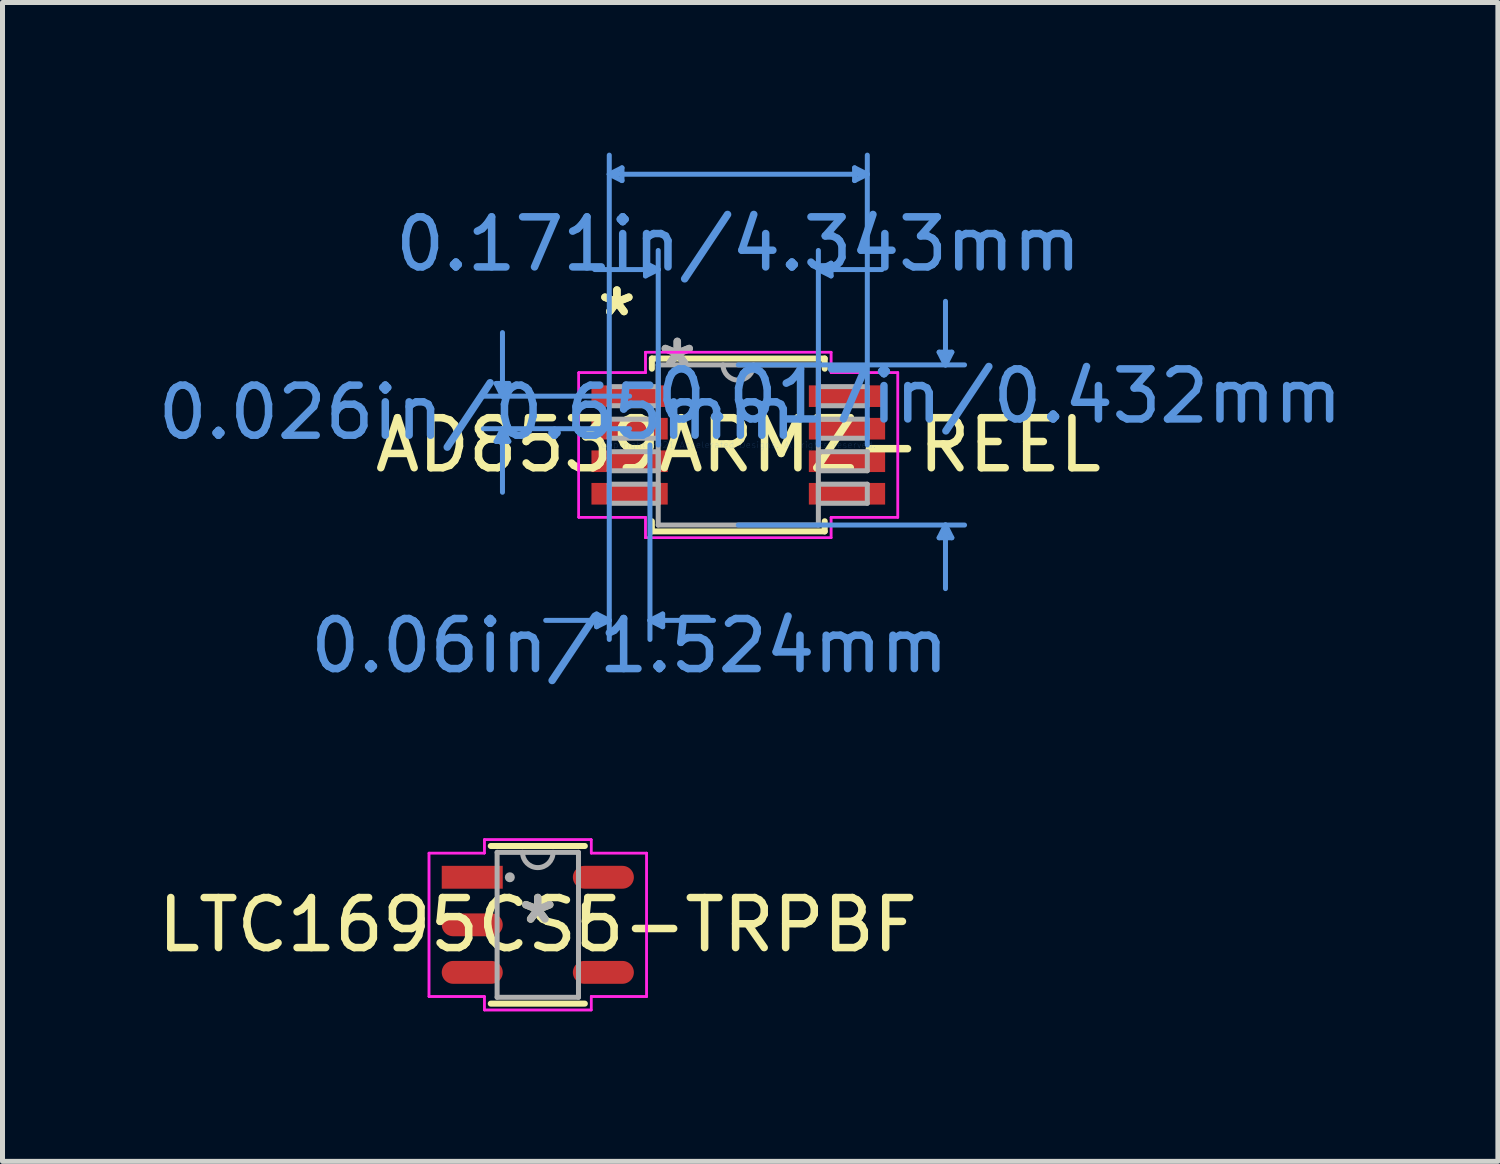
<source format=kicad_pcb>
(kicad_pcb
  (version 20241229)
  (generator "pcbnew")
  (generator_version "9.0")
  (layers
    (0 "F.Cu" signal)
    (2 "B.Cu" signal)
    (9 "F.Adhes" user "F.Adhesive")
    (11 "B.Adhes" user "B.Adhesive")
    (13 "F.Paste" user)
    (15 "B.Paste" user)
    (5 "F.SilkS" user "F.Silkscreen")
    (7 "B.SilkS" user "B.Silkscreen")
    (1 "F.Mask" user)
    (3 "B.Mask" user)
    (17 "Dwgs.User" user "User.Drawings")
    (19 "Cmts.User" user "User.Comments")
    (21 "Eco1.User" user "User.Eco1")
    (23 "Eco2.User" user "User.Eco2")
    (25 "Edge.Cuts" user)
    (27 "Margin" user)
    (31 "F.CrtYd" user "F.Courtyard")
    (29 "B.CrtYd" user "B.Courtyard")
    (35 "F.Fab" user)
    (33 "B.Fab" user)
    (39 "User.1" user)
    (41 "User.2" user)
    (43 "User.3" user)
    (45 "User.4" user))
  (footprint "LTC1695CS5-TRPBF"
    (layer "F.Cu")
    (at 7.696 15.429)
    (property "Reference" "LTC1695CS5-TRPBF" (at 0 0 0) (layer "F.SilkS") (effects (font (size 1 1) (thickness 0.15))))
    (attr through_hole)
    (fp_line (start -0.94 1.575) (end 0.94 1.575) (stroke (width 0.12) (type solid)) (layer "F.SilkS"))
    (fp_line (start 0.94 -1.575) (end -0.94 -1.575) (stroke (width 0.12) (type solid)) (layer "F.SilkS"))
    (fp_line (start 0.94 0.389) (end 0.94 -0.389) (stroke (width 0.12) (type solid)) (layer "F.SilkS"))
    (fp_line (start -2.174 -1.433) (end -1.067 -1.433) (stroke (width 0.05) (type solid)) (layer "F.CrtYd"))
    (fp_line (start -2.174 -1.433) (end -1.067 -1.433) (stroke (width 0.05) (type solid)) (layer "F.CrtYd"))
    (fp_line (start -2.174 1.433) (end -2.174 -1.433) (stroke (width 0.05) (type solid)) (layer "F.CrtYd"))
    (fp_line (start -2.174 1.433) (end -2.174 -1.433) (stroke (width 0.05) (type solid)) (layer "F.CrtYd"))
    (fp_line (start -2.174 1.433) (end -1.067 1.433) (stroke (width 0.05) (type solid)) (layer "F.CrtYd"))
    (fp_line (start -1.067 -1.702) (end 1.067 -1.702) (stroke (width 0.05) (type solid)) (layer "F.CrtYd"))
    (fp_line (start -1.067 -1.702) (end 1.067 -1.702) (stroke (width 0.05) (type solid)) (layer "F.CrtYd"))
    (fp_line (start -1.067 -1.433) (end -1.067 -1.702) (stroke (width 0.05) (type solid)) (layer "F.CrtYd"))
    (fp_line (start -1.067 -1.433) (end -1.067 -1.702) (stroke (width 0.05) (type solid)) (layer "F.CrtYd"))
    (fp_line (start -1.067 1.433) (end -2.174 1.433) (stroke (width 0.05) (type solid)) (layer "F.CrtYd"))
    (fp_line (start -1.067 1.702) (end -1.067 1.433) (stroke (width 0.05) (type solid)) (layer "F.CrtYd"))
    (fp_line (start -1.067 1.702) (end -1.067 1.433) (stroke (width 0.05) (type solid)) (layer "F.CrtYd"))
    (fp_line (start 1.067 -1.702) (end 1.067 -1.433) (stroke (width 0.05) (type solid)) (layer "F.CrtYd"))
    (fp_line (start 1.067 -1.702) (end 1.067 -1.433) (stroke (width 0.05) (type solid)) (layer "F.CrtYd"))
    (fp_line (start 1.067 -1.433) (end 2.174 -1.433) (stroke (width 0.05) (type solid)) (layer "F.CrtYd"))
    (fp_line (start 1.067 1.433) (end 1.067 1.702) (stroke (width 0.05) (type solid)) (layer "F.CrtYd"))
    (fp_line (start 1.067 1.433) (end 1.067 1.702) (stroke (width 0.05) (type solid)) (layer "F.CrtYd"))
    (fp_line (start 1.067 1.702) (end -1.067 1.702) (stroke (width 0.05) (type solid)) (layer "F.CrtYd"))
    (fp_line (start 1.067 1.702) (end -1.067 1.702) (stroke (width 0.05) (type solid)) (layer "F.CrtYd"))
    (fp_line (start 2.174 -1.433) (end 1.067 -1.433) (stroke (width 0.05) (type solid)) (layer "F.CrtYd"))
    (fp_line (start 2.174 -1.433) (end 2.174 1.433) (stroke (width 0.05) (type solid)) (layer "F.CrtYd"))
    (fp_line (start 2.174 -1.433) (end 2.174 1.433) (stroke (width 0.05) (type solid)) (layer "F.CrtYd"))
    (fp_line (start 2.174 1.433) (end 1.067 1.433) (stroke (width 0.05) (type solid)) (layer "F.CrtYd"))
    (fp_line (start 2.174 1.433) (end 1.067 1.433) (stroke (width 0.05) (type solid)) (layer "F.CrtYd"))
    (fp_line (start -0.813 -1.448) (end -0.813 1.448) (stroke (width 0.1) (type solid)) (layer "F.Fab"))
    (fp_line (start -0.813 1.448) (end 0.813 1.448) (stroke (width 0.1) (type solid)) (layer "F.Fab"))
    (fp_line (start 0.813 -1.448) (end -0.813 -1.448) (stroke (width 0.1) (type solid)) (layer "F.Fab"))
    (fp_line (start 0.813 1.448) (end 0.813 -1.448) (stroke (width 0.1) (type solid)) (layer "F.Fab"))
    (fp_arc (start 0.3048 -1.4478) (mid 0 -1.143) (end -0.3048 -1.4478) (stroke (width 0.1) (type solid)) (layer "F.Fab"))
    (fp_circle (center -0.559 -0.95) (end -0.559 -0.95) (stroke (width 0.1) (type solid)) (fill no) (layer "F.Fab"))
    (fp_text user "*" (at 0 0 0) (layer "F.SilkS") (effects (font (size 1 1) (thickness 0.15))))
    (fp_text user "*" (at 0 0 0) (layer "F.Fab") (effects (font (size 1 1) (thickness 0.15))))
    (pad "1" smd rect (at -1.31 -0.95) (size 1.219 0.457) (layers "F.Cu" "F.Mask" "F.Paste"))
    (pad "2" smd oval (at -1.31 0) (size 1.219 0.457) (layers "F.Cu" "F.Mask" "F.Paste"))
    (pad "3" smd oval (at -1.31 0.95) (size 1.219 0.457) (layers "F.Cu" "F.Mask" "F.Paste"))
    (pad "4" smd oval (at 1.31 0.95) (size 1.219 0.457) (layers "F.Cu" "F.Mask" "F.Paste"))
    (pad "5" smd oval (at 1.31 -0.95) (size 1.219 0.457) (layers "F.Cu" "F.Mask" "F.Paste")))
  (footprint "AD8539ARMZ-REEL"
    (layer "F.Cu")
    (at 11.702 5.841)
    (property "Reference" "AD8539ARMZ-REEL" (at 0 0 0) (layer "F.SilkS") (effects (font (size 1 1) (thickness 0.15))))
    (attr through_hole)
    (fp_line (start -1.727 -1.727) (end -1.727 -1.524) (stroke (width 0.12) (type solid)) (layer "F.SilkS"))
    (fp_line (start -1.727 1.524) (end -1.727 1.727) (stroke (width 0.12) (type solid)) (layer "F.SilkS"))
    (fp_line (start -1.727 1.727) (end 1.727 1.727) (stroke (width 0.12) (type solid)) (layer "F.SilkS"))
    (fp_line (start 1.727 -1.727) (end -1.727 -1.727) (stroke (width 0.12) (type solid)) (layer "F.SilkS"))
    (fp_line (start 1.727 -1.524) (end 1.727 -1.727) (stroke (width 0.12) (type solid)) (layer "F.SilkS"))
    (fp_line (start 1.727 1.727) (end 1.727 1.524) (stroke (width 0.12) (type solid)) (layer "F.SilkS"))
    (fp_line (start -4.839 -1.229) (end -4.585 -1.229) (stroke (width 0.1) (type solid)) (layer "Cmts.User"))
    (fp_line (start -4.839 -0.071) (end -4.585 -0.071) (stroke (width 0.1) (type solid)) (layer "Cmts.User"))
    (fp_line (start -4.712 -0.975) (end -4.839 -1.229) (stroke (width 0.1) (type solid)) (layer "Cmts.User"))
    (fp_line (start -4.712 -0.975) (end -4.712 -2.245) (stroke (width 0.1) (type solid)) (layer "Cmts.User"))
    (fp_line (start -4.712 -0.975) (end -4.585 -1.229) (stroke (width 0.1) (type solid)) (layer "Cmts.User"))
    (fp_line (start -4.712 -0.325) (end -4.839 -0.071) (stroke (width 0.1) (type solid)) (layer "Cmts.User"))
    (fp_line (start -4.712 -0.325) (end -4.712 0.945) (stroke (width 0.1) (type solid)) (layer "Cmts.User"))
    (fp_line (start -4.712 -0.325) (end -4.585 -0.071) (stroke (width 0.1) (type solid)) (layer "Cmts.User"))
    (fp_line (start -2.832 3.378) (end -2.832 3.632) (stroke (width 0.1) (type solid)) (layer "Cmts.User"))
    (fp_line (start -2.578 -5.41) (end -2.324 -5.537) (stroke (width 0.1) (type solid)) (layer "Cmts.User"))
    (fp_line (start -2.578 -5.41) (end -2.324 -5.283) (stroke (width 0.1) (type solid)) (layer "Cmts.User"))
    (fp_line (start -2.578 -5.41) (end 2.578 -5.41) (stroke (width 0.1) (type solid)) (layer "Cmts.User"))
    (fp_line (start -2.578 0) (end -2.578 -5.791) (stroke (width 0.1) (type solid)) (layer "Cmts.User"))
    (fp_line (start -2.578 0) (end -2.578 3.886) (stroke (width 0.1) (type solid)) (layer "Cmts.User"))
    (fp_line (start -2.578 3.505) (end -3.848 3.505) (stroke (width 0.1) (type solid)) (layer "Cmts.User"))
    (fp_line (start -2.578 3.505) (end -2.832 3.378) (stroke (width 0.1) (type solid)) (layer "Cmts.User"))
    (fp_line (start -2.578 3.505) (end -2.832 3.632) (stroke (width 0.1) (type solid)) (layer "Cmts.User"))
    (fp_line (start -2.324 -5.537) (end -2.324 -5.283) (stroke (width 0.1) (type solid)) (layer "Cmts.User"))
    (fp_line (start -2.172 -0.975) (end -5.093 -0.975) (stroke (width 0.1) (type solid)) (layer "Cmts.User"))
    (fp_line (start -2.172 -0.325) (end -5.093 -0.325) (stroke (width 0.1) (type solid)) (layer "Cmts.User"))
    (fp_line (start -1.854 -3.632) (end -1.854 -3.378) (stroke (width 0.1) (type solid)) (layer "Cmts.User"))
    (fp_line (start -1.765 0) (end -1.765 3.886) (stroke (width 0.1) (type solid)) (layer "Cmts.User"))
    (fp_line (start -1.765 3.505) (end -1.511 3.378) (stroke (width 0.1) (type solid)) (layer "Cmts.User"))
    (fp_line (start -1.765 3.505) (end -1.511 3.632) (stroke (width 0.1) (type solid)) (layer "Cmts.User"))
    (fp_line (start -1.765 3.505) (end -0.495 3.505) (stroke (width 0.1) (type solid)) (layer "Cmts.User"))
    (fp_line (start -1.6 -3.505) (end -2.87 -3.505) (stroke (width 0.1) (type solid)) (layer "Cmts.User"))
    (fp_line (start -1.6 -3.505) (end -1.854 -3.632) (stroke (width 0.1) (type solid)) (layer "Cmts.User"))
    (fp_line (start -1.6 -3.505) (end -1.854 -3.378) (stroke (width 0.1) (type solid)) (layer "Cmts.User"))
    (fp_line (start -1.6 0) (end -1.6 -3.886) (stroke (width 0.1) (type solid)) (layer "Cmts.User"))
    (fp_line (start -1.511 3.378) (end -1.511 3.632) (stroke (width 0.1) (type solid)) (layer "Cmts.User"))
    (fp_line (start 0 -1.6) (end 4.521 -1.6) (stroke (width 0.1) (type solid)) (layer "Cmts.User"))
    (fp_line (start 0 1.6) (end 4.521 1.6) (stroke (width 0.1) (type solid)) (layer "Cmts.User"))
    (fp_line (start 1.6 -3.505) (end 1.854 -3.632) (stroke (width 0.1) (type solid)) (layer "Cmts.User"))
    (fp_line (start 1.6 -3.505) (end 1.854 -3.378) (stroke (width 0.1) (type solid)) (layer "Cmts.User"))
    (fp_line (start 1.6 -3.505) (end 2.87 -3.505) (stroke (width 0.1) (type solid)) (layer "Cmts.User"))
    (fp_line (start 1.6 0) (end 1.6 -3.886) (stroke (width 0.1) (type solid)) (layer "Cmts.User"))
    (fp_line (start 1.854 -3.632) (end 1.854 -3.378) (stroke (width 0.1) (type solid)) (layer "Cmts.User"))
    (fp_line (start 2.324 -5.537) (end 2.324 -5.283) (stroke (width 0.1) (type solid)) (layer "Cmts.User"))
    (fp_line (start 2.578 -5.41) (end 2.324 -5.537) (stroke (width 0.1) (type solid)) (layer "Cmts.User"))
    (fp_line (start 2.578 -5.41) (end 2.324 -5.283) (stroke (width 0.1) (type solid)) (layer "Cmts.User"))
    (fp_line (start 2.578 0) (end 2.578 -5.791) (stroke (width 0.1) (type solid)) (layer "Cmts.User"))
    (fp_line (start 4.013 -1.854) (end 4.267 -1.854) (stroke (width 0.1) (type solid)) (layer "Cmts.User"))
    (fp_line (start 4.013 1.854) (end 4.267 1.854) (stroke (width 0.1) (type solid)) (layer "Cmts.User"))
    (fp_line (start 4.14 -1.6) (end 4.013 -1.854) (stroke (width 0.1) (type solid)) (layer "Cmts.User"))
    (fp_line (start 4.14 -1.6) (end 4.14 -2.87) (stroke (width 0.1) (type solid)) (layer "Cmts.User"))
    (fp_line (start 4.14 -1.6) (end 4.267 -1.854) (stroke (width 0.1) (type solid)) (layer "Cmts.User"))
    (fp_line (start 4.14 1.6) (end 4.013 1.854) (stroke (width 0.1) (type solid)) (layer "Cmts.User"))
    (fp_line (start 4.14 1.6) (end 4.14 2.87) (stroke (width 0.1) (type solid)) (layer "Cmts.User"))
    (fp_line (start 4.14 1.6) (end 4.267 1.854) (stroke (width 0.1) (type solid)) (layer "Cmts.User"))
    (fp_line (start -3.188 -1.445) (end -1.854 -1.445) (stroke (width 0.05) (type solid)) (layer "F.CrtYd"))
    (fp_line (start -3.188 -1.445) (end -1.854 -1.445) (stroke (width 0.05) (type solid)) (layer "F.CrtYd"))
    (fp_line (start -3.188 1.445) (end -3.188 -1.445) (stroke (width 0.05) (type solid)) (layer "F.CrtYd"))
    (fp_line (start -3.188 1.445) (end -3.188 -1.445) (stroke (width 0.05) (type solid)) (layer "F.CrtYd"))
    (fp_line (start -3.188 1.445) (end -1.854 1.445) (stroke (width 0.05) (type solid)) (layer "F.CrtYd"))
    (fp_line (start -1.854 -1.854) (end 1.854 -1.854) (stroke (width 0.05) (type solid)) (layer "F.CrtYd"))
    (fp_line (start -1.854 -1.854) (end 1.854 -1.854) (stroke (width 0.05) (type solid)) (layer "F.CrtYd"))
    (fp_line (start -1.854 -1.445) (end -1.854 -1.854) (stroke (width 0.05) (type solid)) (layer "F.CrtYd"))
    (fp_line (start -1.854 -1.445) (end -1.854 -1.854) (stroke (width 0.05) (type solid)) (layer "F.CrtYd"))
    (fp_line (start -1.854 1.445) (end -3.188 1.445) (stroke (width 0.05) (type solid)) (layer "F.CrtYd"))
    (fp_line (start -1.854 1.854) (end -1.854 1.445) (stroke (width 0.05) (type solid)) (layer "F.CrtYd"))
    (fp_line (start -1.854 1.854) (end -1.854 1.445) (stroke (width 0.05) (type solid)) (layer "F.CrtYd"))
    (fp_line (start 1.854 -1.854) (end 1.854 -1.445) (stroke (width 0.05) (type solid)) (layer "F.CrtYd"))
    (fp_line (start 1.854 -1.854) (end 1.854 -1.445) (stroke (width 0.05) (type solid)) (layer "F.CrtYd"))
    (fp_line (start 1.854 -1.445) (end 3.188 -1.445) (stroke (width 0.05) (type solid)) (layer "F.CrtYd"))
    (fp_line (start 1.854 1.445) (end 1.854 1.854) (stroke (width 0.05) (type solid)) (layer "F.CrtYd"))
    (fp_line (start 1.854 1.445) (end 1.854 1.854) (stroke (width 0.05) (type solid)) (layer "F.CrtYd"))
    (fp_line (start 1.854 1.854) (end -1.854 1.854) (stroke (width 0.05) (type solid)) (layer "F.CrtYd"))
    (fp_line (start 1.854 1.854) (end -1.854 1.854) (stroke (width 0.05) (type solid)) (layer "F.CrtYd"))
    (fp_line (start 3.188 -1.445) (end 1.854 -1.445) (stroke (width 0.05) (type solid)) (layer "F.CrtYd"))
    (fp_line (start 3.188 -1.445) (end 3.188 1.445) (stroke (width 0.05) (type solid)) (layer "F.CrtYd"))
    (fp_line (start 3.188 -1.445) (end 3.188 1.445) (stroke (width 0.05) (type solid)) (layer "F.CrtYd"))
    (fp_line (start 3.188 1.445) (end 1.854 1.445) (stroke (width 0.05) (type solid)) (layer "F.CrtYd"))
    (fp_line (start 3.188 1.445) (end 1.854 1.445) (stroke (width 0.05) (type solid)) (layer "F.CrtYd"))
    (fp_line (start -2.578 -1.165) (end -2.578 -0.784) (stroke (width 0.1) (type solid)) (layer "F.Fab"))
    (fp_line (start -2.578 -0.784) (end -1.6 -0.784) (stroke (width 0.1) (type solid)) (layer "F.Fab"))
    (fp_line (start -2.578 -0.515) (end -2.578 -0.135) (stroke (width 0.1) (type solid)) (layer "F.Fab"))
    (fp_line (start -2.578 -0.135) (end -1.6 -0.135) (stroke (width 0.1) (type solid)) (layer "F.Fab"))
    (fp_line (start -2.578 0.135) (end -2.578 0.515) (stroke (width 0.1) (type solid)) (layer "F.Fab"))
    (fp_line (start -2.578 0.515) (end -1.6 0.515) (stroke (width 0.1) (type solid)) (layer "F.Fab"))
    (fp_line (start -2.578 0.784) (end -2.578 1.165) (stroke (width 0.1) (type solid)) (layer "F.Fab"))
    (fp_line (start -2.578 1.165) (end -1.6 1.165) (stroke (width 0.1) (type solid)) (layer "F.Fab"))
    (fp_line (start -1.6 -1.6) (end -1.6 1.6) (stroke (width 0.1) (type solid)) (layer "F.Fab"))
    (fp_line (start -1.6 -1.165) (end -2.578 -1.165) (stroke (width 0.1) (type solid)) (layer "F.Fab"))
    (fp_line (start -1.6 -0.784) (end -1.6 -1.165) (stroke (width 0.1) (type solid)) (layer "F.Fab"))
    (fp_line (start -1.6 -0.515) (end -2.578 -0.515) (stroke (width 0.1) (type solid)) (layer "F.Fab"))
    (fp_line (start -1.6 -0.135) (end -1.6 -0.515) (stroke (width 0.1) (type solid)) (layer "F.Fab"))
    (fp_line (start -1.6 0.135) (end -2.578 0.135) (stroke (width 0.1) (type solid)) (layer "F.Fab"))
    (fp_line (start -1.6 0.515) (end -1.6 0.135) (stroke (width 0.1) (type solid)) (layer "F.Fab"))
    (fp_line (start -1.6 0.784) (end -2.578 0.784) (stroke (width 0.1) (type solid)) (layer "F.Fab"))
    (fp_line (start -1.6 1.165) (end -1.6 0.784) (stroke (width 0.1) (type solid)) (layer "F.Fab"))
    (fp_line (start -1.6 1.6) (end 1.6 1.6) (stroke (width 0.1) (type solid)) (layer "F.Fab"))
    (fp_line (start 1.6 -1.6) (end -1.6 -1.6) (stroke (width 0.1) (type solid)) (layer "F.Fab"))
    (fp_line (start 1.6 -1.165) (end 1.6 -0.784) (stroke (width 0.1) (type solid)) (layer "F.Fab"))
    (fp_line (start 1.6 -0.784) (end 2.578 -0.784) (stroke (width 0.1) (type solid)) (layer "F.Fab"))
    (fp_line (start 1.6 -0.515) (end 1.6 -0.135) (stroke (width 0.1) (type solid)) (layer "F.Fab"))
    (fp_line (start 1.6 -0.135) (end 2.578 -0.135) (stroke (width 0.1) (type solid)) (layer "F.Fab"))
    (fp_line (start 1.6 0.135) (end 1.6 0.515) (stroke (width 0.1) (type solid)) (layer "F.Fab"))
    (fp_line (start 1.6 0.515) (end 2.578 0.515) (stroke (width 0.1) (type solid)) (layer "F.Fab"))
    (fp_line (start 1.6 0.784) (end 1.6 1.165) (stroke (width 0.1) (type solid)) (layer "F.Fab"))
    (fp_line (start 1.6 1.165) (end 2.578 1.165) (stroke (width 0.1) (type solid)) (layer "F.Fab"))
    (fp_line (start 1.6 1.6) (end 1.6 -1.6) (stroke (width 0.1) (type solid)) (layer "F.Fab"))
    (fp_line (start 2.578 -1.165) (end 1.6 -1.165) (stroke (width 0.1) (type solid)) (layer "F.Fab"))
    (fp_line (start 2.578 -0.784) (end 2.578 -1.165) (stroke (width 0.1) (type solid)) (layer "F.Fab"))
    (fp_line (start 2.578 -0.515) (end 1.6 -0.515) (stroke (width 0.1) (type solid)) (layer "F.Fab"))
    (fp_line (start 2.578 -0.135) (end 2.578 -0.515) (stroke (width 0.1) (type solid)) (layer "F.Fab"))
    (fp_line (start 2.578 0.135) (end 1.6 0.135) (stroke (width 0.1) (type solid)) (layer "F.Fab"))
    (fp_line (start 2.578 0.515) (end 2.578 0.135) (stroke (width 0.1) (type solid)) (layer "F.Fab"))
    (fp_line (start 2.578 0.784) (end 1.6 0.784) (stroke (width 0.1) (type solid)) (layer "F.Fab"))
    (fp_line (start 2.578 1.165) (end 2.578 0.784) (stroke (width 0.1) (type solid)) (layer "F.Fab"))
    (fp_arc (start 0.3048 -1.6002) (mid 0 -1.2954) (end -0.3048 -1.6002) (stroke (width 0.1) (type solid)) (layer "F.Fab"))
    (fp_text user "*" (at -2.426 -2.55 0) (layer "F.SilkS") (effects (font (size 1 1) (thickness 0.15))))
    (fp_text user "*" (at -2.426 -2.55 0) (layer "F.SilkS") (effects (font (size 1 1) (thickness 0.15))))
    (fp_text user "0.026in/0.65mm" (at -5.22 -0.65 0) (layer "Cmts.User") (effects (font (size 1 1) (thickness 0.15))))
    (fp_text user "0.171in/4.343mm" (at 0 -4.013 0) (layer "Cmts.User") (effects (font (size 1 1) (thickness 0.15))))
    (fp_text user "0.06in/1.524mm" (at -2.172 4.013 0) (layer "Cmts.User") (effects (font (size 1 1) (thickness 0.15))))
    (fp_text user "0.017in/0.432mm" (at 5.22 -0.975 0) (layer "Cmts.User") (effects (font (size 1 1) (thickness 0.15))))
    (fp_text user "Copyright 2021 Accelerated Designs. All rights reserved." (at 0 0 0) (layer "Cmts.User") (effects (font (size 0.127 0.127) (thickness 0.002))))
    (fp_text user "*" (at -1.219 -1.524 0) (layer "F.Fab") (effects (font (size 1 1) (thickness 0.15))))
    (fp_text user "*" (at -1.219 -1.524 0) (layer "F.Fab") (effects (font (size 1 1) (thickness 0.15))))
    (pad "1" smd rect (at -2.172 -0.975) (size 1.524 0.432) (layers "F.Cu" "F.Mask" "F.Paste"))
    (pad "2" smd rect (at -2.172 -0.325) (size 1.524 0.432) (layers "F.Cu" "F.Mask" "F.Paste"))
    (pad "3" smd rect (at -2.172 0.325) (size 1.524 0.432) (layers "F.Cu" "F.Mask" "F.Paste"))
    (pad "4" smd rect (at -2.172 0.975) (size 1.524 0.432) (layers "F.Cu" "F.Mask" "F.Paste"))
    (pad "5" smd rect (at 2.172 0.975) (size 1.524 0.432) (layers "F.Cu" "F.Mask" "F.Paste"))
    (pad "6" smd rect (at 2.172 0.325) (size 1.524 0.432) (layers "F.Cu" "F.Mask" "F.Paste"))
    (pad "7" smd rect (at 2.172 -0.325) (size 1.524 0.432) (layers "F.Cu" "F.Mask" "F.Paste"))
    (pad "8" smd rect (at 2.172 -0.975) (size 1.524 0.432) (layers "F.Cu" "F.Mask" "F.Paste")))
  (gr_rect
    (start -3 -3)
    (end 26.88 20.156)
    (stroke (width 0.1) (type default))
    (fill no)
    (layer "Edge.Cuts")))
</source>
